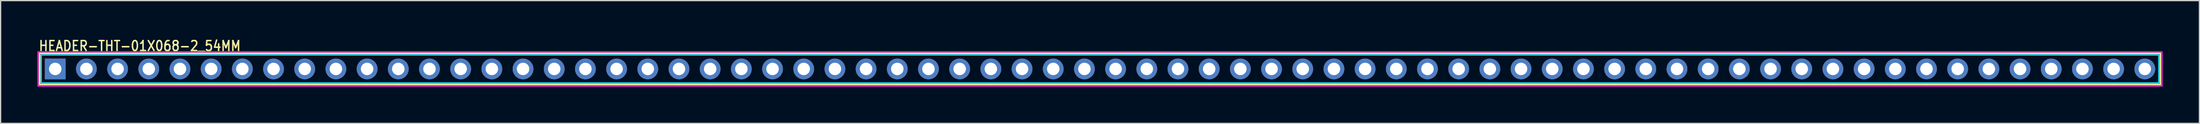
<source format=kicad_pcb>
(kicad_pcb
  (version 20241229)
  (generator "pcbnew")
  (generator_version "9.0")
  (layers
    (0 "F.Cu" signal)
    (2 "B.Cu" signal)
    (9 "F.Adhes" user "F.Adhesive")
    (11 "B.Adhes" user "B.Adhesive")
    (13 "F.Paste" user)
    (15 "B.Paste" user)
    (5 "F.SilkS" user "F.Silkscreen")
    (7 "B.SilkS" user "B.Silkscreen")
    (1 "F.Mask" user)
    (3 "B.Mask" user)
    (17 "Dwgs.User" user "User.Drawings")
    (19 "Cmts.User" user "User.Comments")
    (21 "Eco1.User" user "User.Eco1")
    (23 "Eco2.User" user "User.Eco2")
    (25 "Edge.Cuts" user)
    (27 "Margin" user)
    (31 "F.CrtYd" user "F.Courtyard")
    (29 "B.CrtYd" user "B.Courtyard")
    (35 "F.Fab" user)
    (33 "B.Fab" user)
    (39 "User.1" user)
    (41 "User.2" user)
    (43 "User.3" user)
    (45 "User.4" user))
  (footprint "HEADER-THT-01X068-2_54MM"
    (layer "F.Cu")
    (at 1.447 2.579)
    (property "Reference" "HEADER-THT-01X068-2_54MM" (at -1.4 -1.4 0) (unlocked yes) (layer "F.SilkS") (effects (font (size 0.813 0.695) (thickness 0.122)) (justify left bottom)))
    (fp_line (start -1.27 -1.27) (end -1.27 1.27) (stroke (width 0.127) (type solid)) (layer "F.SilkS"))
    (fp_line (start -1.27 1.27) (end 171.45 1.27) (stroke (width 0.127) (type solid)) (layer "F.SilkS"))
    (fp_line (start 171.45 -1.27) (end -1.27 -1.27) (stroke (width 0.127) (type solid)) (layer "F.SilkS"))
    (fp_line (start 171.45 1.27) (end 171.45 -1.27) (stroke (width 0.127) (type solid)) (layer "F.SilkS"))
    (fp_poly (pts (xy -1.143 -1.143) (xy 171.323 -1.143) (xy 171.323 1.143) (xy -1.143 1.143)) (stroke (width 0.1) (type solid)) (fill no) (layer "B.CrtYd"))
    (fp_poly (pts (xy -1.397 -1.397) (xy 171.577 -1.397) (xy 171.577 1.397) (xy -1.397 1.397)) (stroke (width 0.1) (type solid)) (fill no) (layer "F.CrtYd"))
    (pad "P$1" thru_hole rect (at 0 0) (size 1.693 1.693) (drill 1.016) (layers "*.Cu" "*.Mask"))
    (pad "P$2" thru_hole oval (at 2.54 0) (size 1.693 1.693) (drill 1.016) (layers "*.Cu" "*.Mask"))
    (pad "P$3" thru_hole oval (at 5.08 0) (size 1.693 1.693) (drill 1.016) (layers "*.Cu" "*.Mask"))
    (pad "P$4" thru_hole oval (at 7.62 0) (size 1.693 1.693) (drill 1.016) (layers "*.Cu" "*.Mask"))
    (pad "P$5" thru_hole oval (at 10.16 0) (size 1.693 1.693) (drill 1.016) (layers "*.Cu" "*.Mask"))
    (pad "P$6" thru_hole oval (at 12.7 0) (size 1.693 1.693) (drill 1.016) (layers "*.Cu" "*.Mask"))
    (pad "P$7" thru_hole oval (at 15.24 0) (size 1.693 1.693) (drill 1.016) (layers "*.Cu" "*.Mask"))
    (pad "P$8" thru_hole oval (at 17.78 0) (size 1.693 1.693) (drill 1.016) (layers "*.Cu" "*.Mask"))
    (pad "P$9" thru_hole oval (at 20.32 0) (size 1.693 1.693) (drill 1.016) (layers "*.Cu" "*.Mask"))
    (pad "P$10" thru_hole oval (at 22.86 0) (size 1.693 1.693) (drill 1.016) (layers "*.Cu" "*.Mask"))
    (pad "P$11" thru_hole oval (at 25.4 0) (size 1.693 1.693) (drill 1.016) (layers "*.Cu" "*.Mask"))
    (pad "P$12" thru_hole oval (at 27.94 0) (size 1.693 1.693) (drill 1.016) (layers "*.Cu" "*.Mask"))
    (pad "P$13" thru_hole oval (at 30.48 0) (size 1.693 1.693) (drill 1.016) (layers "*.Cu" "*.Mask"))
    (pad "P$14" thru_hole oval (at 33.02 0) (size 1.693 1.693) (drill 1.016) (layers "*.Cu" "*.Mask"))
    (pad "P$15" thru_hole oval (at 35.56 0) (size 1.693 1.693) (drill 1.016) (layers "*.Cu" "*.Mask"))
    (pad "P$16" thru_hole oval (at 38.1 0) (size 1.693 1.693) (drill 1.016) (layers "*.Cu" "*.Mask"))
    (pad "P$17" thru_hole oval (at 40.64 0) (size 1.693 1.693) (drill 1.016) (layers "*.Cu" "*.Mask"))
    (pad "P$18" thru_hole oval (at 43.18 0) (size 1.693 1.693) (drill 1.016) (layers "*.Cu" "*.Mask"))
    (pad "P$19" thru_hole oval (at 45.72 0) (size 1.693 1.693) (drill 1.016) (layers "*.Cu" "*.Mask"))
    (pad "P$20" thru_hole oval (at 48.26 0) (size 1.693 1.693) (drill 1.016) (layers "*.Cu" "*.Mask"))
    (pad "P$21" thru_hole oval (at 50.8 0) (size 1.693 1.693) (drill 1.016) (layers "*.Cu" "*.Mask"))
    (pad "P$22" thru_hole oval (at 53.34 0) (size 1.693 1.693) (drill 1.016) (layers "*.Cu" "*.Mask"))
    (pad "P$23" thru_hole oval (at 55.88 0) (size 1.693 1.693) (drill 1.016) (layers "*.Cu" "*.Mask"))
    (pad "P$24" thru_hole oval (at 58.42 0) (size 1.693 1.693) (drill 1.016) (layers "*.Cu" "*.Mask"))
    (pad "P$25" thru_hole oval (at 60.96 0) (size 1.693 1.693) (drill 1.016) (layers "*.Cu" "*.Mask"))
    (pad "P$26" thru_hole oval (at 63.5 0) (size 1.693 1.693) (drill 1.016) (layers "*.Cu" "*.Mask"))
    (pad "P$27" thru_hole oval (at 66.04 0) (size 1.693 1.693) (drill 1.016) (layers "*.Cu" "*.Mask"))
    (pad "P$28" thru_hole oval (at 68.58 0) (size 1.693 1.693) (drill 1.016) (layers "*.Cu" "*.Mask"))
    (pad "P$29" thru_hole oval (at 71.12 0) (size 1.693 1.693) (drill 1.016) (layers "*.Cu" "*.Mask"))
    (pad "P$30" thru_hole oval (at 73.66 0) (size 1.693 1.693) (drill 1.016) (layers "*.Cu" "*.Mask"))
    (pad "P$31" thru_hole oval (at 76.2 0) (size 1.693 1.693) (drill 1.016) (layers "*.Cu" "*.Mask"))
    (pad "P$32" thru_hole oval (at 78.74 0) (size 1.693 1.693) (drill 1.016) (layers "*.Cu" "*.Mask"))
    (pad "P$33" thru_hole oval (at 81.28 0) (size 1.693 1.693) (drill 1.016) (layers "*.Cu" "*.Mask"))
    (pad "P$34" thru_hole oval (at 83.82 0) (size 1.693 1.693) (drill 1.016) (layers "*.Cu" "*.Mask"))
    (pad "P$35" thru_hole oval (at 86.36 0) (size 1.693 1.693) (drill 1.016) (layers "*.Cu" "*.Mask"))
    (pad "P$36" thru_hole oval (at 88.9 0) (size 1.693 1.693) (drill 1.016) (layers "*.Cu" "*.Mask"))
    (pad "P$37" thru_hole oval (at 91.44 0) (size 1.693 1.693) (drill 1.016) (layers "*.Cu" "*.Mask"))
    (pad "P$38" thru_hole oval (at 93.98 0) (size 1.693 1.693) (drill 1.016) (layers "*.Cu" "*.Mask"))
    (pad "P$39" thru_hole oval (at 96.52 0) (size 1.693 1.693) (drill 1.016) (layers "*.Cu" "*.Mask"))
    (pad "P$40" thru_hole oval (at 99.06 0) (size 1.693 1.693) (drill 1.016) (layers "*.Cu" "*.Mask"))
    (pad "P$41" thru_hole oval (at 101.6 0) (size 1.693 1.693) (drill 1.016) (layers "*.Cu" "*.Mask"))
    (pad "P$42" thru_hole oval (at 104.14 0) (size 1.693 1.693) (drill 1.016) (layers "*.Cu" "*.Mask"))
    (pad "P$43" thru_hole oval (at 106.68 0) (size 1.693 1.693) (drill 1.016) (layers "*.Cu" "*.Mask"))
    (pad "P$44" thru_hole oval (at 109.22 0) (size 1.693 1.693) (drill 1.016) (layers "*.Cu" "*.Mask"))
    (pad "P$45" thru_hole oval (at 111.76 0) (size 1.693 1.693) (drill 1.016) (layers "*.Cu" "*.Mask"))
    (pad "P$46" thru_hole oval (at 114.3 0) (size 1.693 1.693) (drill 1.016) (layers "*.Cu" "*.Mask"))
    (pad "P$47" thru_hole oval (at 116.84 0) (size 1.693 1.693) (drill 1.016) (layers "*.Cu" "*.Mask"))
    (pad "P$48" thru_hole oval (at 119.38 0) (size 1.693 1.693) (drill 1.016) (layers "*.Cu" "*.Mask"))
    (pad "P$49" thru_hole oval (at 121.92 0) (size 1.693 1.693) (drill 1.016) (layers "*.Cu" "*.Mask"))
    (pad "P$50" thru_hole oval (at 124.46 0) (size 1.693 1.693) (drill 1.016) (layers "*.Cu" "*.Mask"))
    (pad "P$51" thru_hole oval (at 127 0) (size 1.693 1.693) (drill 1.016) (layers "*.Cu" "*.Mask"))
    (pad "P$52" thru_hole oval (at 129.54 0) (size 1.693 1.693) (drill 1.016) (layers "*.Cu" "*.Mask"))
    (pad "P$53" thru_hole oval (at 132.08 0) (size 1.693 1.693) (drill 1.016) (layers "*.Cu" "*.Mask"))
    (pad "P$54" thru_hole oval (at 134.62 0) (size 1.693 1.693) (drill 1.016) (layers "*.Cu" "*.Mask"))
    (pad "P$55" thru_hole oval (at 137.16 0) (size 1.693 1.693) (drill 1.016) (layers "*.Cu" "*.Mask"))
    (pad "P$56" thru_hole oval (at 139.7 0) (size 1.693 1.693) (drill 1.016) (layers "*.Cu" "*.Mask"))
    (pad "P$57" thru_hole oval (at 142.24 0) (size 1.693 1.693) (drill 1.016) (layers "*.Cu" "*.Mask"))
    (pad "P$58" thru_hole oval (at 144.78 0) (size 1.693 1.693) (drill 1.016) (layers "*.Cu" "*.Mask"))
    (pad "P$59" thru_hole oval (at 147.32 0) (size 1.693 1.693) (drill 1.016) (layers "*.Cu" "*.Mask"))
    (pad "P$60" thru_hole oval (at 149.86 0) (size 1.693 1.693) (drill 1.016) (layers "*.Cu" "*.Mask"))
    (pad "P$61" thru_hole oval (at 152.4 0) (size 1.693 1.693) (drill 1.016) (layers "*.Cu" "*.Mask"))
    (pad "P$62" thru_hole oval (at 154.94 0) (size 1.693 1.693) (drill 1.016) (layers "*.Cu" "*.Mask"))
    (pad "P$63" thru_hole oval (at 157.48 0) (size 1.693 1.693) (drill 1.016) (layers "*.Cu" "*.Mask"))
    (pad "P$64" thru_hole oval (at 160.02 0) (size 1.693 1.693) (drill 1.016) (layers "*.Cu" "*.Mask"))
    (pad "P$65" thru_hole oval (at 162.56 0) (size 1.693 1.693) (drill 1.016) (layers "*.Cu" "*.Mask"))
    (pad "P$66" thru_hole oval (at 165.1 0) (size 1.693 1.693) (drill 1.016) (layers "*.Cu" "*.Mask"))
    (pad "P$67" thru_hole oval (at 167.64 0) (size 1.693 1.693) (drill 1.016) (layers "*.Cu" "*.Mask"))
    (pad "P$68" thru_hole oval (at 170.18 0) (size 1.693 1.693) (drill 1.016) (layers "*.Cu" "*.Mask")))
  (gr_rect
    (start -3 -3)
    (end 176.074 7.026)
    (stroke (width 0.1) (type default))
    (fill no)
    (layer "Edge.Cuts")))
</source>
